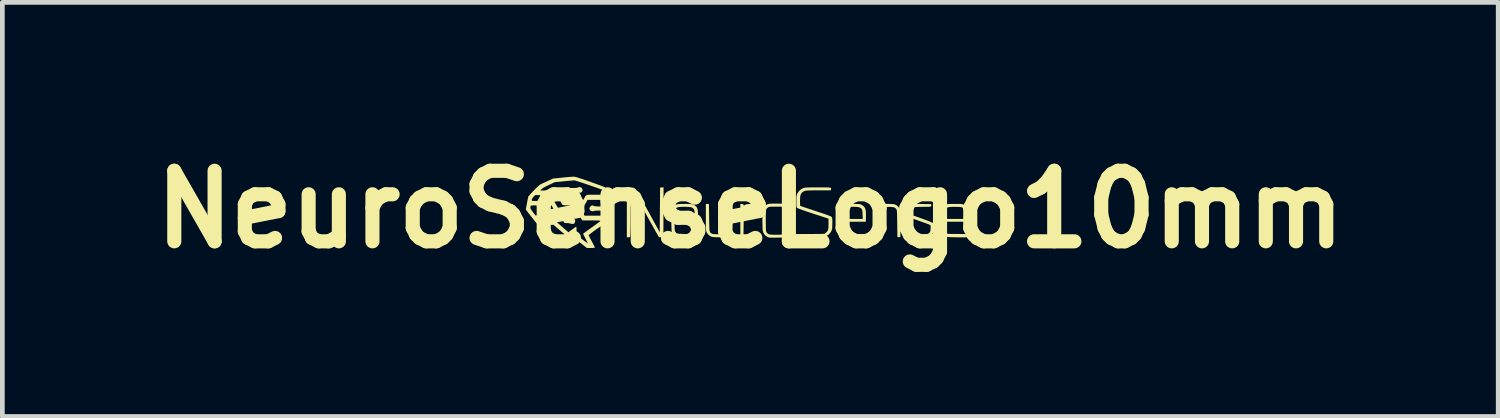
<source format=kicad_pcb>
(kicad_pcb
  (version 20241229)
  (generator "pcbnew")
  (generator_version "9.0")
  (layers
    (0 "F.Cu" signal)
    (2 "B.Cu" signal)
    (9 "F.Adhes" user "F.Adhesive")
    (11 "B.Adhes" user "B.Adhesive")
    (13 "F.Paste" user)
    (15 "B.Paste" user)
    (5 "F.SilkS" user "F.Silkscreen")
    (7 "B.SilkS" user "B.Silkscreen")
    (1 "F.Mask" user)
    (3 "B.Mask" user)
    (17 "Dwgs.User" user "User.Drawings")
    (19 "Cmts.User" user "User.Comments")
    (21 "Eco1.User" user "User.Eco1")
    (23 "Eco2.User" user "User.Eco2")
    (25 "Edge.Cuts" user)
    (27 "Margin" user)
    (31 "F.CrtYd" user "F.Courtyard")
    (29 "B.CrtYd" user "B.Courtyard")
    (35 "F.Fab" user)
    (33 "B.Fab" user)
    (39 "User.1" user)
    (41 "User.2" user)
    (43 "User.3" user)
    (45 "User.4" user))
  (footprint "NeuroSenseLogo10mm"
    (layer "F.Cu")
    (at 12.907 1.404)
    (property "Reference" "NeuroSenseLogo10mm" (at 0 0 0) (layer "F.SilkS") (effects (font (size 1.5 1.5) (thickness 0.3))))
    (attr board_only exclude_from_pos_files exclude_from_bom)
    (fp_poly (pts (xy -0.178 -0.116) (xy -0.156 -0.113) (xy -0.146 -0.106) (xy -0.142 -0.095) (xy -0.139 -0.083) (xy -0.132 -0.084) (xy -0.126 -0.088) (xy -0.108 -0.1) (xy -0.082 -0.108) (xy -0.048 -0.114) (xy -0.002 -0.117) (xy 0.041 -0.117) (xy 0.142 -0.117) (xy 0.139 -0.088) (xy 0.137 -0.059) (xy 0.027 -0.055) (xy -0.017 -0.052) (xy -0.054 -0.049) (xy -0.082 -0.046) (xy -0.098 -0.042) (xy -0.098 -0.041) (xy -0.108 -0.036) (xy -0.116 -0.03) (xy -0.122 -0.022) (xy -0.127 -0.012) (xy -0.131 0.004) (xy -0.134 0.026) (xy -0.136 0.056) (xy -0.137 0.095) (xy -0.138 0.145) (xy -0.139 0.208) (xy -0.141 0.284) (xy -0.141 0.292) (xy -0.145 0.59) (xy -0.178 0.592) (xy -0.211 0.595) (xy -0.211 0.238) (xy -0.211 -0.118)) (stroke (width 0) (type solid)) (fill yes) (layer "F.SilkS"))
    (fp_poly (pts (xy 2.918 -0.117) (xy 2.966 -0.116) (xy 3.008 -0.115) (xy 3.042 -0.113) (xy 3.065 -0.11) (xy 3.071 -0.108) (xy 3.116 -0.085) (xy 3.154 -0.049) (xy 3.17 -0.025) (xy 3.192 0.012) (xy 3.192 0.301) (xy 3.192 0.59) (xy 3.16 0.59) (xy 3.129 0.59) (xy 3.125 0.303) (xy 3.124 0.229) (xy 3.123 0.168) (xy 3.122 0.12) (xy 3.121 0.082) (xy 3.12 0.054) (xy 3.118 0.034) (xy 3.116 0.019) (xy 3.113 0.009) (xy 3.109 0.001) (xy 3.105 -0.005) (xy 3.105 -0.005) (xy 3.093 -0.021) (xy 3.08 -0.032) (xy 3.064 -0.041) (xy 3.043 -0.047) (xy 3.015 -0.051) (xy 2.978 -0.053) (xy 2.929 -0.053) (xy 2.867 -0.053) (xy 2.867 -0.053) (xy 2.699 -0.051) (xy 2.695 0.27) (xy 2.692 0.59) (xy 2.664 0.592) (xy 2.644 0.592) (xy 2.632 0.59) (xy 2.631 0.589) (xy 2.63 0.58) (xy 2.628 0.557) (xy 2.627 0.522) (xy 2.627 0.477) (xy 2.626 0.422) (xy 2.625 0.36) (xy 2.625 0.293) (xy 2.625 0.26) (xy 2.625 0.178) (xy 2.625 0.109) (xy 2.626 0.054) (xy 2.627 0.01) (xy 2.628 -0.025) (xy 2.631 -0.051) (xy 2.633 -0.07) (xy 2.637 -0.084) (xy 2.642 -0.094) (xy 2.648 -0.101) (xy 2.655 -0.107) (xy 2.656 -0.107) (xy 2.667 -0.11) (xy 2.692 -0.113) (xy 2.727 -0.115) (xy 2.77 -0.116) (xy 2.818 -0.117) (xy 2.868 -0.117)) (stroke (width 0) (type solid)) (fill yes) (layer "F.SilkS"))
    (fp_poly (pts (xy -1.846 0.06) (xy -1.848 0.59) (xy -1.891 0.592) (xy -1.916 0.592) (xy -1.936 0.59) (xy -1.943 0.588) (xy -1.948 0.58) (xy -1.96 0.56) (xy -1.978 0.528) (xy -2.002 0.486) (xy -2.031 0.435) (xy -2.064 0.376) (xy -2.101 0.31) (xy -2.141 0.239) (xy -2.183 0.163) (xy -2.204 0.125) (xy -2.247 0.046) (xy -2.289 -0.029) (xy -2.328 -0.1) (xy -2.364 -0.164) (xy -2.396 -0.222) (xy -2.423 -0.271) (xy -2.446 -0.311) (xy -2.462 -0.34) (xy -2.472 -0.358) (xy -2.474 -0.361) (xy -2.497 -0.387) (xy -2.518 -0.397) (xy -2.543 -0.403) (xy -2.545 0.085) (xy -2.546 0.196) (xy -2.546 0.291) (xy -2.547 0.372) (xy -2.548 0.44) (xy -2.55 0.493) (xy -2.551 0.534) (xy -2.553 0.562) (xy -2.554 0.579) (xy -2.556 0.583) (xy -2.569 0.59) (xy -2.59 0.594) (xy -2.595 0.594) (xy -2.625 0.594) (xy -2.625 0.063) (xy -2.625 -0.469) (xy -2.562 -0.469) (xy -2.514 -0.466) (xy -2.478 -0.459) (xy -2.451 -0.444) (xy -2.429 -0.422) (xy -2.428 -0.421) (xy -2.422 -0.412) (xy -2.413 -0.397) (xy -2.4 -0.374) (xy -2.382 -0.343) (xy -2.36 -0.304) (xy -2.333 -0.255) (xy -2.301 -0.197) (xy -2.263 -0.128) (xy -2.219 -0.048) (xy -2.169 0.043) (xy -2.112 0.146) (xy -2.049 0.262) (xy -1.985 0.378) (xy -1.926 0.486) (xy -1.922 0.011) (xy -1.918 -0.465) (xy -1.881 -0.467) (xy -1.844 -0.47)) (stroke (width 0) (type solid)) (fill yes) (layer "F.SilkS"))
    (fp_poly (pts (xy -0.375 0.154) (xy -0.375 0.235) (xy -0.376 0.302) (xy -0.377 0.356) (xy -0.379 0.4) (xy -0.382 0.434) (xy -0.386 0.461) (xy -0.392 0.483) (xy -0.4 0.5) (xy -0.409 0.515) (xy -0.421 0.529) (xy -0.429 0.537) (xy -0.45 0.556) (xy -0.472 0.571) (xy -0.498 0.581) (xy -0.53 0.588) (xy -0.571 0.592) (xy -0.624 0.593) (xy -0.66 0.593) (xy -0.724 0.592) (xy -0.773 0.589) (xy -0.808 0.585) (xy -0.821 0.582) (xy -0.861 0.562) (xy -0.897 0.531) (xy -0.924 0.493) (xy -0.933 0.472) (xy -0.936 0.46) (xy -0.939 0.445) (xy -0.941 0.426) (xy -0.943 0.4) (xy -0.944 0.366) (xy -0.945 0.323) (xy -0.945 0.268) (xy -0.945 0.2) (xy -0.945 0.158) (xy -0.945 -0.118) (xy -0.912 -0.116) (xy -0.879 -0.113) (xy -0.875 0.172) (xy -0.874 0.25) (xy -0.873 0.314) (xy -0.871 0.366) (xy -0.87 0.406) (xy -0.867 0.437) (xy -0.863 0.46) (xy -0.858 0.477) (xy -0.851 0.489) (xy -0.843 0.498) (xy -0.832 0.506) (xy -0.82 0.513) (xy -0.818 0.514) (xy -0.807 0.519) (xy -0.792 0.523) (xy -0.771 0.525) (xy -0.742 0.527) (xy -0.702 0.527) (xy -0.66 0.527) (xy -0.61 0.527) (xy -0.572 0.526) (xy -0.545 0.525) (xy -0.526 0.522) (xy -0.511 0.518) (xy -0.502 0.514) (xy -0.489 0.506) (xy -0.478 0.499) (xy -0.47 0.49) (xy -0.463 0.478) (xy -0.458 0.462) (xy -0.454 0.439) (xy -0.451 0.409) (xy -0.449 0.369) (xy -0.448 0.319) (xy -0.447 0.256) (xy -0.445 0.179) (xy -0.445 0.172) (xy -0.441 -0.113) (xy -0.408 -0.116) (xy -0.375 -0.118)) (stroke (width 0) (type solid)) (fill yes) (layer "F.SilkS"))
    (fp_poly (pts (xy 2.247 -0.117) (xy 2.29 -0.115) (xy 2.325 -0.112) (xy 2.347 -0.108) (xy 2.373 -0.095) (xy 2.401 -0.075) (xy 2.411 -0.066) (xy 2.43 -0.045) (xy 2.443 -0.021) (xy 2.452 0.007) (xy 2.458 0.043) (xy 2.46 0.089) (xy 2.46 0.147) (xy 2.46 0.156) (xy 2.457 0.262) (xy 2.209 0.262) (xy 1.961 0.262) (xy 1.961 0.355) (xy 1.961 0.397) (xy 1.963 0.427) (xy 1.966 0.448) (xy 1.971 0.463) (xy 1.976 0.474) (xy 1.985 0.487) (xy 1.993 0.497) (xy 2.004 0.505) (xy 2.02 0.511) (xy 2.041 0.515) (xy 2.07 0.518) (xy 2.109 0.52) (xy 2.159 0.522) (xy 2.223 0.523) (xy 2.235 0.523) (xy 2.442 0.527) (xy 2.444 0.561) (xy 2.446 0.594) (xy 2.245 0.593) (xy 2.172 0.593) (xy 2.114 0.592) (xy 2.069 0.59) (xy 2.036 0.587) (xy 2.015 0.584) (xy 2.011 0.583) (xy 1.967 0.563) (xy 1.934 0.535) (xy 1.911 0.498) (xy 1.891 0.458) (xy 1.891 0.243) (xy 1.891 0.177) (xy 1.892 0.119) (xy 1.892 0.11) (xy 1.961 0.11) (xy 1.962 0.144) (xy 1.963 0.173) (xy 1.965 0.192) (xy 1.966 0.198) (xy 1.975 0.199) (xy 1.998 0.201) (xy 2.031 0.202) (xy 2.075 0.202) (xy 2.125 0.203) (xy 2.181 0.203) (xy 2.182 0.203) (xy 2.392 0.203) (xy 2.389 0.11) (xy 2.387 0.062) (xy 2.383 0.027) (xy 2.375 0.001) (xy 2.362 -0.017) (xy 2.344 -0.032) (xy 2.328 -0.041) (xy 2.307 -0.047) (xy 2.274 -0.052) (xy 2.233 -0.055) (xy 2.187 -0.056) (xy 2.14 -0.056) (xy 2.095 -0.054) (xy 2.057 -0.05) (xy 2.028 -0.045) (xy 2.016 -0.04) (xy 1.994 -0.025) (xy 1.978 -0.005) (xy 1.968 0.022) (xy 1.963 0.06) (xy 1.961 0.109) (xy 1.961 0.11) (xy 1.892 0.11) (xy 1.893 0.07) (xy 1.895 0.032) (xy 1.898 0.006) (xy 1.899 -0.003) (xy 1.916 -0.039) (xy 1.944 -0.072) (xy 1.979 -0.097) (xy 1.998 -0.105) (xy 2.021 -0.11) (xy 2.055 -0.113) (xy 2.099 -0.116) (xy 2.148 -0.117) (xy 2.198 -0.118)) (stroke (width 0) (type solid)) (fill yes) (layer "F.SilkS"))
    (fp_poly (pts (xy 3.643 -0.116) (xy 3.669 -0.115) (xy 3.848 -0.113) (xy 3.848 -0.094) (xy 3.849 -0.081) (xy 3.847 -0.072) (xy 3.842 -0.065) (xy 3.832 -0.06) (xy 3.814 -0.057) (xy 3.787 -0.055) (xy 3.75 -0.055) (xy 3.699 -0.055) (xy 3.671 -0.055) (xy 3.608 -0.054) (xy 3.559 -0.053) (xy 3.521 -0.051) (xy 3.492 -0.048) (xy 3.471 -0.042) (xy 3.455 -0.034) (xy 3.442 -0.024) (xy 3.431 -0.011) (xy 3.421 0.004) (xy 3.416 0.021) (xy 3.415 0.046) (xy 3.416 0.062) (xy 3.418 0.112) (xy 3.645 0.193) (xy 3.72 0.22) (xy 3.781 0.243) (xy 3.829 0.262) (xy 3.862 0.277) (xy 3.881 0.287) (xy 3.885 0.29) (xy 3.891 0.3) (xy 3.895 0.315) (xy 3.898 0.338) (xy 3.899 0.372) (xy 3.899 0.392) (xy 3.897 0.444) (xy 3.891 0.483) (xy 3.88 0.512) (xy 3.863 0.536) (xy 3.839 0.557) (xy 3.837 0.558) (xy 3.82 0.568) (xy 3.802 0.576) (xy 3.78 0.582) (xy 3.752 0.587) (xy 3.717 0.59) (xy 3.673 0.592) (xy 3.616 0.593) (xy 3.546 0.594) (xy 3.541 0.594) (xy 3.344 0.594) (xy 3.344 0.563) (xy 3.345 0.542) (xy 3.351 0.533) (xy 3.358 0.531) (xy 3.369 0.531) (xy 3.394 0.531) (xy 3.429 0.531) (xy 3.474 0.53) (xy 3.525 0.53) (xy 3.567 0.529) (xy 3.628 0.529) (xy 3.677 0.528) (xy 3.713 0.526) (xy 3.74 0.525) (xy 3.76 0.522) (xy 3.774 0.519) (xy 3.784 0.515) (xy 3.787 0.514) (xy 3.811 0.496) (xy 3.826 0.472) (xy 3.834 0.439) (xy 3.836 0.395) (xy 3.836 0.365) (xy 3.834 0.347) (xy 3.83 0.336) (xy 3.821 0.329) (xy 3.815 0.326) (xy 3.802 0.32) (xy 3.776 0.311) (xy 3.74 0.297) (xy 3.696 0.281) (xy 3.645 0.263) (xy 3.591 0.244) (xy 3.586 0.242) (xy 3.517 0.218) (xy 3.461 0.197) (xy 3.419 0.181) (xy 3.389 0.167) (xy 3.37 0.157) (xy 3.362 0.151) (xy 3.352 0.139) (xy 3.347 0.124) (xy 3.345 0.103) (xy 3.344 0.071) (xy 3.344 0.07) (xy 3.345 0.03) (xy 3.349 0.000276) (xy 3.358 -0.023) (xy 3.374 -0.046) (xy 3.387 -0.062) (xy 3.403 -0.078) (xy 3.42 -0.091) (xy 3.439 -0.101) (xy 3.462 -0.108) (xy 3.492 -0.112) (xy 3.531 -0.115) (xy 3.581 -0.116)) (stroke (width 0) (type solid)) (fill yes) (layer "F.SilkS"))
    (fp_poly (pts (xy -1.337 -0.117) (xy -1.291 -0.115) (xy -1.257 -0.113) (xy -1.23 -0.108) (xy -1.208 -0.101) (xy -1.19 -0.091) (xy -1.174 -0.081) (xy -1.152 -0.062) (xy -1.136 -0.041) (xy -1.125 -0.015) (xy -1.118 0.02) (xy -1.113 0.064) (xy -1.111 0.115) (xy -1.11 0.157) (xy -1.11 0.195) (xy -1.111 0.225) (xy -1.112 0.243) (xy -1.113 0.246) (xy -1.118 0.266) (xy -1.364 0.264) (xy -1.609 0.262) (xy -1.609 0.355) (xy -1.609 0.397) (xy -1.608 0.427) (xy -1.605 0.448) (xy -1.6 0.463) (xy -1.594 0.474) (xy -1.586 0.487) (xy -1.577 0.497) (xy -1.566 0.505) (xy -1.551 0.511) (xy -1.53 0.515) (xy -1.501 0.518) (xy -1.462 0.52) (xy -1.411 0.522) (xy -1.347 0.523) (xy -1.336 0.523) (xy -1.129 0.527) (xy -1.127 0.561) (xy -1.124 0.594) (xy -1.326 0.593) (xy -1.382 0.593) (xy -1.434 0.592) (xy -1.48 0.59) (xy -1.517 0.589) (xy -1.543 0.587) (xy -1.554 0.586) (xy -1.59 0.571) (xy -1.625 0.546) (xy -1.652 0.516) (xy -1.66 0.504) (xy -1.664 0.494) (xy -1.668 0.483) (xy -1.671 0.47) (xy -1.673 0.451) (xy -1.675 0.426) (xy -1.676 0.392) (xy -1.677 0.348) (xy -1.678 0.292) (xy -1.678 0.246) (xy -1.679 0.174) (xy -1.679 0.116) (xy -1.679 0.107) (xy -1.609 0.107) (xy -1.609 0.142) (xy -1.608 0.171) (xy -1.606 0.191) (xy -1.604 0.198) (xy -1.595 0.199) (xy -1.573 0.201) (xy -1.539 0.202) (xy -1.496 0.202) (xy -1.445 0.203) (xy -1.389 0.203) (xy -1.389 0.203) (xy -1.178 0.203) (xy -1.181 0.11) (xy -1.183 0.062) (xy -1.188 0.027) (xy -1.196 0.001) (xy -1.208 -0.017) (xy -1.227 -0.032) (xy -1.243 -0.041) (xy -1.263 -0.047) (xy -1.295 -0.051) (xy -1.336 -0.054) (xy -1.382 -0.056) (xy -1.428 -0.056) (xy -1.473 -0.054) (xy -1.511 -0.051) (xy -1.54 -0.046) (xy -1.552 -0.042) (xy -1.575 -0.028) (xy -1.591 -0.01) (xy -1.602 0.015) (xy -1.607 0.05) (xy -1.609 0.097) (xy -1.609 0.107) (xy -1.679 0.107) (xy -1.678 0.07) (xy -1.676 0.033) (xy -1.672 0.005) (xy -1.667 -0.016) (xy -1.66 -0.033) (xy -1.65 -0.048) (xy -1.638 -0.061) (xy -1.631 -0.069) (xy -1.612 -0.084) (xy -1.593 -0.097) (xy -1.57 -0.105) (xy -1.541 -0.111) (xy -1.503 -0.115) (xy -1.454 -0.117) (xy -1.395 -0.117)) (stroke (width 0) (type solid)) (fill yes) (layer "F.SilkS"))
    (fp_poly (pts (xy 4.407 -0.117) (xy 4.446 -0.117) (xy 4.475 -0.116) (xy 4.496 -0.114) (xy 4.512 -0.111) (xy 4.526 -0.106) (xy 4.54 -0.1) (xy 4.546 -0.097) (xy 4.586 -0.07) (xy 4.608 -0.045) (xy 4.616 -0.033) (xy 4.621 -0.022) (xy 4.625 -0.009) (xy 4.627 0.009) (xy 4.629 0.033) (xy 4.629 0.068) (xy 4.629 0.115) (xy 4.629 0.124) (xy 4.629 0.262) (xy 4.381 0.262) (xy 4.133 0.262) (xy 4.133 0.34) (xy 4.134 0.39) (xy 4.138 0.428) (xy 4.146 0.457) (xy 4.157 0.479) (xy 4.173 0.497) (xy 4.197 0.52) (xy 4.393 0.522) (xy 4.448 0.522) (xy 4.498 0.523) (xy 4.542 0.524) (xy 4.576 0.525) (xy 4.599 0.527) (xy 4.608 0.528) (xy 4.619 0.533) (xy 4.624 0.545) (xy 4.625 0.563) (xy 4.625 0.594) (xy 4.424 0.593) (xy 4.368 0.593) (xy 4.317 0.592) (xy 4.271 0.591) (xy 4.235 0.589) (xy 4.21 0.588) (xy 4.199 0.586) (xy 4.151 0.568) (xy 4.112 0.537) (xy 4.085 0.496) (xy 4.083 0.49) (xy 4.079 0.479) (xy 4.076 0.464) (xy 4.074 0.443) (xy 4.072 0.414) (xy 4.071 0.376) (xy 4.071 0.326) (xy 4.071 0.264) (xy 4.071 0.233) (xy 4.071 0.167) (xy 4.071 0.118) (xy 4.133 0.118) (xy 4.134 0.15) (xy 4.135 0.177) (xy 4.137 0.194) (xy 4.138 0.198) (xy 4.147 0.199) (xy 4.17 0.201) (xy 4.204 0.202) (xy 4.247 0.202) (xy 4.298 0.203) (xy 4.354 0.203) (xy 4.358 0.203) (xy 4.572 0.203) (xy 4.569 0.115) (xy 4.568 0.073) (xy 4.565 0.043) (xy 4.56 0.021) (xy 4.553 0.004) (xy 4.551 0) (xy 4.538 -0.018) (xy 4.524 -0.032) (xy 4.505 -0.042) (xy 4.48 -0.049) (xy 4.446 -0.053) (xy 4.4 -0.054) (xy 4.352 -0.055) (xy 4.295 -0.054) (xy 4.251 -0.052) (xy 4.219 -0.048) (xy 4.195 -0.041) (xy 4.177 -0.03) (xy 4.164 -0.015) (xy 4.152 0.005) (xy 4.151 0.008) (xy 4.142 0.028) (xy 4.137 0.049) (xy 4.134 0.076) (xy 4.133 0.113) (xy 4.133 0.118) (xy 4.071 0.118) (xy 4.071 0.114) (xy 4.071 0.074) (xy 4.072 0.043) (xy 4.074 0.02) (xy 4.076 0.003) (xy 4.079 -0.01) (xy 4.083 -0.021) (xy 4.086 -0.028) (xy 4.11 -0.061) (xy 4.144 -0.089) (xy 4.182 -0.109) (xy 4.198 -0.112) (xy 4.226 -0.114) (xy 4.265 -0.116) (xy 4.312 -0.117) (xy 4.355 -0.117)) (stroke (width 0) (type solid)) (fill yes) (layer "F.SilkS"))
    (fp_poly (pts (xy 1.517 -0.469) (xy 1.577 -0.469) (xy 1.624 -0.468) (xy 1.66 -0.467) (xy 1.686 -0.465) (xy 1.703 -0.462) (xy 1.714 -0.457) (xy 1.719 -0.452) (xy 1.72 -0.444) (xy 1.718 -0.434) (xy 1.716 -0.426) (xy 1.711 -0.406) (xy 1.461 -0.406) (xy 1.386 -0.406) (xy 1.32 -0.405) (xy 1.263 -0.404) (xy 1.219 -0.402) (xy 1.187 -0.4) (xy 1.172 -0.398) (xy 1.128 -0.381) (xy 1.094 -0.352) (xy 1.071 -0.314) (xy 1.064 -0.288) (xy 1.061 -0.268) (xy 1.06 -0.239) (xy 1.059 -0.204) (xy 1.058 -0.168) (xy 1.058 -0.133) (xy 1.06 -0.103) (xy 1.061 -0.083) (xy 1.063 -0.075) (xy 1.071 -0.072) (xy 1.092 -0.065) (xy 1.125 -0.053) (xy 1.169 -0.039) (xy 1.221 -0.021) (xy 1.28 -0.002) (xy 1.345 0.02) (xy 1.394 0.036) (xy 1.474 0.063) (xy 1.541 0.085) (xy 1.595 0.103) (xy 1.638 0.119) (xy 1.671 0.131) (xy 1.696 0.141) (xy 1.714 0.149) (xy 1.725 0.156) (xy 1.732 0.161) (xy 1.733 0.163) (xy 1.739 0.175) (xy 1.743 0.193) (xy 1.745 0.22) (xy 1.746 0.257) (xy 1.746 0.281) (xy 1.745 0.322) (xy 1.744 0.361) (xy 1.742 0.394) (xy 1.74 0.415) (xy 1.725 0.46) (xy 1.698 0.503) (xy 1.661 0.54) (xy 1.617 0.568) (xy 1.57 0.585) (xy 1.551 0.588) (xy 1.517 0.59) (xy 1.47 0.591) (xy 1.411 0.593) (xy 1.342 0.593) (xy 1.264 0.594) (xy 1.249 0.594) (xy 0.968 0.594) (xy 0.97 0.561) (xy 0.973 0.527) (xy 1.275 0.523) (xy 1.577 0.52) (xy 1.607 0.496) (xy 1.628 0.477) (xy 1.643 0.459) (xy 1.653 0.438) (xy 1.66 0.411) (xy 1.663 0.375) (xy 1.664 0.327) (xy 1.664 0.307) (xy 1.664 0.196) (xy 1.338 0.09) (xy 1.262 0.065) (xy 1.193 0.041) (xy 1.133 0.02) (xy 1.082 0.002) (xy 1.041 -0.013) (xy 1.013 -0.024) (xy 0.998 -0.031) (xy 0.996 -0.032) (xy 0.99 -0.039) (xy 0.986 -0.048) (xy 0.983 -0.062) (xy 0.982 -0.083) (xy 0.981 -0.114) (xy 0.981 -0.158) (xy 0.981 -0.17) (xy 0.981 -0.218) (xy 0.982 -0.253) (xy 0.983 -0.279) (xy 0.987 -0.298) (xy 0.991 -0.315) (xy 0.998 -0.332) (xy 0.999 -0.334) (xy 1.026 -0.377) (xy 1.063 -0.415) (xy 1.106 -0.444) (xy 1.133 -0.456) (xy 1.146 -0.459) (xy 1.162 -0.462) (xy 1.181 -0.464) (xy 1.207 -0.466) (xy 1.241 -0.467) (xy 1.284 -0.468) (xy 1.339 -0.469) (xy 1.406 -0.469) (xy 1.443 -0.469)) (stroke (width 0) (type solid)) (fill yes) (layer "F.SilkS"))
    (fp_poly (pts (xy 0.532 -0.124) (xy 0.564 -0.124) (xy 0.71 -0.121) (xy 0.743 -0.097) (xy 0.784 -0.06) (xy 0.812 -0.016) (xy 0.82 0.007) (xy 0.823 0.024) (xy 0.825 0.054) (xy 0.826 0.094) (xy 0.827 0.141) (xy 0.828 0.194) (xy 0.828 0.248) (xy 0.828 0.303) (xy 0.827 0.354) (xy 0.826 0.399) (xy 0.824 0.435) (xy 0.822 0.461) (xy 0.82 0.47) (xy 0.799 0.516) (xy 0.765 0.557) (xy 0.743 0.574) (xy 0.71 0.598) (xy 0.556 0.6) (xy 0.503 0.601) (xy 0.464 0.601) (xy 0.435 0.601) (xy 0.413 0.599) (xy 0.397 0.596) (xy 0.384 0.592) (xy 0.371 0.586) (xy 0.361 0.581) (xy 0.317 0.551) (xy 0.286 0.512) (xy 0.267 0.463) (xy 0.266 0.46) (xy 0.264 0.441) (xy 0.262 0.409) (xy 0.26 0.367) (xy 0.259 0.317) (xy 0.258 0.262) (xy 0.258 0.232) (xy 0.258 0.161) (xy 0.258 0.153) (xy 0.329 0.153) (xy 0.33 0.216) (xy 0.33 0.248) (xy 0.331 0.312) (xy 0.331 0.363) (xy 0.332 0.402) (xy 0.334 0.431) (xy 0.335 0.452) (xy 0.338 0.467) (xy 0.341 0.477) (xy 0.345 0.485) (xy 0.348 0.49) (xy 0.363 0.507) (xy 0.379 0.52) (xy 0.399 0.529) (xy 0.426 0.534) (xy 0.462 0.538) (xy 0.509 0.539) (xy 0.543 0.539) (xy 0.593 0.539) (xy 0.629 0.538) (xy 0.656 0.536) (xy 0.675 0.533) (xy 0.69 0.528) (xy 0.695 0.525) (xy 0.718 0.509) (xy 0.738 0.488) (xy 0.74 0.485) (xy 0.745 0.477) (xy 0.749 0.468) (xy 0.753 0.457) (xy 0.755 0.442) (xy 0.756 0.421) (xy 0.757 0.391) (xy 0.758 0.352) (xy 0.758 0.3) (xy 0.758 0.245) (xy 0.758 0.176) (xy 0.757 0.121) (xy 0.756 0.078) (xy 0.754 0.045) (xy 0.75 0.02) (xy 0.745 0.001) (xy 0.738 -0.014) (xy 0.728 -0.026) (xy 0.717 -0.038) (xy 0.715 -0.039) (xy 0.707 -0.046) (xy 0.699 -0.051) (xy 0.689 -0.054) (xy 0.673 -0.057) (xy 0.65 -0.058) (xy 0.617 -0.058) (xy 0.572 -0.059) (xy 0.547 -0.059) (xy 0.495 -0.058) (xy 0.456 -0.058) (xy 0.428 -0.057) (xy 0.409 -0.055) (xy 0.395 -0.052) (xy 0.386 -0.048) (xy 0.378 -0.042) (xy 0.364 -0.032) (xy 0.353 -0.021) (xy 0.344 -0.008) (xy 0.338 0.009) (xy 0.334 0.032) (xy 0.331 0.062) (xy 0.33 0.102) (xy 0.329 0.153) (xy 0.258 0.153) (xy 0.259 0.105) (xy 0.262 0.06) (xy 0.265 0.024) (xy 0.271 -0.004) (xy 0.28 -0.026) (xy 0.29 -0.045) (xy 0.304 -0.062) (xy 0.315 -0.073) (xy 0.334 -0.09) (xy 0.352 -0.103) (xy 0.373 -0.112) (xy 0.4 -0.119) (xy 0.433 -0.122) (xy 0.476 -0.124)) (stroke (width 0) (type solid)) (fill yes) (layer "F.SilkS"))
    (fp_poly (pts (xy -3.745 -0.696) (xy -3.729 -0.693) (xy -3.708 -0.689) (xy -3.681 -0.681) (xy -3.646 -0.67) (xy -3.602 -0.656) (xy -3.548 -0.638) (xy -3.483 -0.615) (xy -3.41 -0.59) (xy -3.344 -0.566) (xy -3.283 -0.544) (xy -3.227 -0.524) (xy -3.18 -0.507) (xy -3.141 -0.492) (xy -3.113 -0.481) (xy -3.098 -0.474) (xy -3.096 -0.473) (xy -3.093 -0.469) (xy -3.089 -0.463) (xy -3.085 -0.453) (xy -3.08 -0.437) (xy -3.074 -0.415) (xy -3.065 -0.384) (xy -3.055 -0.345) (xy -3.041 -0.294) (xy -3.025 -0.232) (xy -3.006 -0.156) (xy -2.997 -0.121) (xy -2.985 -0.076) (xy -2.974 -0.035) (xy -2.966 -0.002) (xy -2.96 0.021) (xy -2.957 0.031) (xy -2.96 0.041) (xy -2.97 0.063) (xy -2.986 0.092) (xy -3.007 0.129) (xy -3.031 0.171) (xy -3.038 0.183) (xy -3.067 0.229) (xy -3.089 0.265) (xy -3.107 0.291) (xy -3.122 0.311) (xy -3.136 0.326) (xy -3.15 0.338) (xy -3.166 0.35) (xy -3.177 0.357) (xy -3.215 0.383) (xy -3.255 0.41) (xy -3.296 0.439) (xy -3.335 0.467) (xy -3.37 0.493) (xy -3.4 0.516) (xy -3.423 0.534) (xy -3.436 0.545) (xy -3.438 0.548) (xy -3.434 0.556) (xy -3.424 0.577) (xy -3.41 0.606) (xy -3.391 0.642) (xy -3.371 0.678) (xy -3.35 0.719) (xy -3.331 0.755) (xy -3.317 0.784) (xy -3.308 0.803) (xy -3.305 0.811) (xy -3.311 0.816) (xy -3.331 0.819) (xy -3.365 0.82) (xy -3.39 0.82) (xy -3.475 0.82) (xy -3.626 0.702) (xy -3.675 0.664) (xy -3.712 0.635) (xy -3.739 0.612) (xy -3.758 0.594) (xy -3.771 0.581) (xy -3.777 0.571) (xy -3.78 0.562) (xy -3.78 0.562) (xy -3.783 0.546) (xy -3.788 0.539) (xy -3.796 0.544) (xy -3.813 0.555) (xy -3.828 0.567) (xy -3.848 0.582) (xy -3.863 0.591) (xy -3.869 0.594) (xy -3.877 0.589) (xy -3.894 0.575) (xy -3.921 0.554) (xy -3.954 0.526) (xy -3.992 0.494) (xy -4.03 0.461) (xy -4.184 0.328) (xy -4.348 0.328) (xy -4.397 0.328) (xy -4.442 0.327) (xy -4.478 0.326) (xy -4.505 0.324) (xy -4.519 0.323) (xy -4.521 0.322) (xy -4.528 0.315) (xy -4.543 0.297) (xy -4.564 0.271) (xy -4.59 0.239) (xy -4.618 0.203) (xy -4.649 0.165) (xy -4.679 0.126) (xy -4.708 0.09) (xy -4.733 0.057) (xy -4.753 0.03) (xy -4.767 0.011) (xy -4.774 0.002) (xy -4.774 0.002) (xy -4.772 -0.009) (xy -4.769 -0.031) (xy -4.677 -0.031) (xy -4.674 -0.018) (xy -4.665 -0.001) (xy -4.648 0.023) (xy -4.624 0.056) (xy -4.622 0.059) (xy -4.599 0.088) (xy -4.579 0.113) (xy -4.564 0.13) (xy -4.556 0.137) (xy -4.555 0.137) (xy -4.548 0.131) (xy -4.534 0.115) (xy -4.517 0.093) (xy -4.513 0.089) (xy -4.495 0.064) (xy -4.481 0.05) (xy -4.468 0.042) (xy -4.451 0.038) (xy -4.432 0.036) (xy -4.401 0.033) (xy -4.371 0.029) (xy -4.357 0.027) (xy -4.335 0.025) (xy -4.318 0.031) (xy -4.308 0.04) (xy -4.292 0.063) (xy -4.289 0.088) (xy -4.296 0.112) (xy -4.311 0.131) (xy -4.333 0.144) (xy -4.358 0.148) (xy -4.384 0.139) (xy -4.389 0.136) (xy -4.408 0.128) (xy -4.427 0.132) (xy -4.447 0.15) (xy -4.466 0.176) (xy -4.479 0.196) (xy -4.487 0.212) (xy -4.489 0.224) (xy -4.483 0.232) (xy -4.467 0.237) (xy -4.442 0.24) (xy -4.404 0.242) (xy -4.352 0.242) (xy -4.312 0.242) (xy -4.149 0.242) (xy -4.088 0.295) (xy -4.057 0.322) (xy -4.019 0.354) (xy -3.98 0.389) (xy -3.947 0.417) (xy -3.867 0.486) (xy -3.793 0.43) (xy -3.763 0.408) (xy -3.736 0.389) (xy -3.717 0.376) (xy -3.707 0.37) (xy -3.702 0.37) (xy -3.699 0.377) (xy -3.697 0.393) (xy -3.695 0.42) (xy -3.695 0.454) (xy -3.695 0.543) (xy -3.576 0.634) (xy -3.539 0.662) (xy -3.506 0.686) (xy -3.48 0.705) (xy -3.462 0.718) (xy -3.455 0.722) (xy -3.455 0.722) (xy -3.457 0.715) (xy -3.466 0.696) (xy -3.479 0.669) (xy -3.497 0.636) (xy -3.503 0.623) (xy -3.522 0.587) (xy -3.538 0.557) (xy -3.549 0.533) (xy -3.555 0.52) (xy -3.555 0.519) (xy -3.549 0.512) (xy -3.531 0.499) (xy -3.504 0.478) (xy -3.469 0.452) (xy -3.428 0.423) (xy -3.382 0.39) (xy -3.372 0.383) (xy -3.324 0.349) (xy -3.281 0.318) (xy -3.244 0.291) (xy -3.215 0.269) (xy -3.194 0.253) (xy -3.185 0.245) (xy -3.184 0.244) (xy -3.186 0.241) (xy -3.196 0.239) (xy -3.214 0.237) (xy -3.244 0.236) (xy -3.285 0.235) (xy -3.339 0.234) (xy -3.375 0.234) (xy -3.57 0.234) (xy -3.589 0.209) (xy -3.605 0.185) (xy -3.62 0.16) (xy -3.621 0.158) (xy -3.633 0.133) (xy -3.786 0.133) (xy -3.832 0.133) (xy -3.873 0.134) (xy -3.906 0.135) (xy -3.928 0.136) (xy -3.938 0.137) (xy -3.938 0.137) (xy -3.934 0.149) (xy -3.925 0.167) (xy -3.913 0.185) (xy -3.904 0.196) (xy -3.903 0.197) (xy -3.885 0.202) (xy -3.859 0.202) (xy -3.831 0.197) (xy -3.813 0.19) (xy -3.795 0.183) (xy -3.78 0.182) (xy -3.761 0.19) (xy -3.761 0.19) (xy -3.735 0.209) (xy -3.723 0.235) (xy -3.726 0.266) (xy -3.729 0.273) (xy -3.742 0.297) (xy -3.762 0.309) (xy -3.79 0.309) (xy -3.823 0.301) (xy -3.856 0.294) (xy -3.889 0.29) (xy -3.905 0.29) (xy -3.929 0.29) (xy -3.947 0.288) (xy -3.952 0.286) (xy -3.959 0.277) (xy -3.972 0.258) (xy -3.987 0.231) (xy -3.996 0.215) (xy -4.015 0.181) (xy -4.03 0.158) (xy -4.042 0.144) (xy -4.054 0.136) (xy -4.068 0.133) (xy -4.078 0.132) (xy -4.089 0.13) (xy -4.098 0.126) (xy -4.107 0.118) (xy -4.118 0.103) (xy -4.133 0.08) (xy -4.153 0.046) (xy -4.167 0.021) (xy -4.229 -0.086) (xy -4.451 -0.086) (xy -4.517 -0.086) (xy -4.569 -0.085) (xy -4.608 -0.085) (xy -4.637 -0.084) (xy -4.656 -0.082) (xy -4.667 -0.08) (xy -4.672 -0.077) (xy -4.672 -0.075) (xy -4.674 -0.06) (xy -4.677 -0.042) (xy -4.677 -0.031) (xy -4.769 -0.031) (xy -4.768 -0.032) (xy -4.762 -0.064) (xy -4.755 -0.101) (xy -4.748 -0.142) (xy -4.74 -0.182) (xy -4.737 -0.196) (xy -4.649 -0.196) (xy -4.648 -0.191) (xy -4.646 -0.188) (xy -4.64 -0.185) (xy -4.629 -0.183) (xy -4.611 -0.181) (xy -4.585 -0.18) (xy -4.549 -0.18) (xy -4.501 -0.18) (xy -4.439 -0.18) (xy -4.416 -0.18) (xy -4.349 -0.18) (xy -4.296 -0.179) (xy -4.255 -0.179) (xy -4.224 -0.178) (xy -4.203 -0.176) (xy -4.188 -0.174) (xy -4.178 -0.172) (xy -4.173 -0.168) (xy -4.17 -0.166) (xy -4.162 -0.154) (xy -4.148 -0.132) (xy -4.13 -0.102) (xy -4.11 -0.068) (xy -4.106 -0.061) (xy -4.054 0.031) (xy -3.826 0.031) (xy -3.767 0.032) (xy -3.714 0.032) (xy -3.668 0.033) (xy -3.63 0.034) (xy -3.604 0.035) (xy -3.59 0.037) (xy -3.589 0.037) (xy -3.581 0.046) (xy -3.568 0.065) (xy -3.552 0.088) (xy -3.524 0.133) (xy -3.321 0.133) (xy -3.119 0.133) (xy -3.087 0.082) (xy -3.072 0.058) (xy -3.06 0.038) (xy -3.055 0.028) (xy -3.055 0.028) (xy -3.062 0.025) (xy -3.082 0.024) (xy -3.111 0.023) (xy -3.147 0.023) (xy -3.185 0.023) (xy -3.224 0.024) (xy -3.259 0.026) (xy -3.289 0.027) (xy -3.309 0.029) (xy -3.317 0.031) (xy -3.327 0.036) (xy -3.346 0.039) (xy -3.353 0.039) (xy -3.382 0.033) (xy -3.406 0.017) (xy -3.42 -0.006) (xy -3.422 -0.02) (xy -3.416 -0.039) (xy -3.402 -0.06) (xy -3.383 -0.077) (xy -3.365 -0.086) (xy -3.362 -0.086) (xy -3.345 -0.082) (xy -3.325 -0.074) (xy -3.311 -0.069) (xy -3.289 -0.066) (xy -3.258 -0.064) (xy -3.214 -0.063) (xy -3.191 -0.063) (xy -3.151 -0.063) (xy -3.117 -0.064) (xy -3.092 -0.066) (xy -3.079 -0.067) (xy -3.078 -0.068) (xy -3.08 -0.078) (xy -3.085 -0.099) (xy -3.092 -0.127) (xy -3.095 -0.139) (xy -3.112 -0.203) (xy -3.286 -0.203) (xy -3.461 -0.203) (xy -3.484 -0.162) (xy -3.496 -0.14) (xy -3.505 -0.123) (xy -3.514 -0.11) (xy -3.524 -0.1) (xy -3.538 -0.094) (xy -3.557 -0.089) (xy -3.583 -0.087) (xy -3.618 -0.086) (xy -3.664 -0.086) (xy -3.723 -0.086) (xy -3.757 -0.086) (xy -3.823 -0.086) (xy -3.876 -0.086) (xy -3.916 -0.087) (xy -3.945 -0.088) (xy -3.966 -0.09) (xy -3.98 -0.092) (xy -3.988 -0.095) (xy -3.993 -0.098) (xy -3.993 -0.099) (xy -4.001 -0.11) (xy -4.015 -0.132) (xy -4.033 -0.162) (xy -4.053 -0.196) (xy -4.059 -0.206) (xy -4.114 -0.301) (xy -4.344 -0.303) (xy -4.574 -0.305) (xy -4.6 -0.279) (xy -4.628 -0.247) (xy -4.645 -0.217) (xy -4.649 -0.196) (xy -4.737 -0.196) (xy -4.733 -0.218) (xy -4.727 -0.247) (xy -4.722 -0.266) (xy -4.721 -0.271) (xy -4.714 -0.282) (xy -4.698 -0.301) (xy -4.674 -0.328) (xy -4.644 -0.36) (xy -4.61 -0.396) (xy -4.604 -0.402) (xy -4.464 -0.402) (xy -4.253 -0.4) (xy -4.191 -0.4) (xy -4.141 -0.399) (xy -4.104 -0.398) (xy -4.077 -0.397) (xy -4.058 -0.395) (xy -4.046 -0.393) (xy -4.038 -0.39) (xy -4.033 -0.385) (xy -4.03 -0.382) (xy -4.022 -0.374) (xy -4.016 -0.373) (xy -4.008 -0.381) (xy -3.995 -0.399) (xy -3.988 -0.409) (xy -3.96 -0.452) (xy -3.816 -0.454) (xy -3.759 -0.456) (xy -3.715 -0.458) (xy -3.686 -0.461) (xy -3.668 -0.464) (xy -3.663 -0.467) (xy -3.644 -0.476) (xy -3.62 -0.475) (xy -3.597 -0.467) (xy -3.588 -0.459) (xy -3.57 -0.432) (xy -3.567 -0.405) (xy -3.574 -0.383) (xy -3.593 -0.362) (xy -3.62 -0.353) (xy -3.647 -0.356) (xy -3.662 -0.358) (xy -3.689 -0.36) (xy -3.726 -0.363) (xy -3.768 -0.364) (xy -3.79 -0.365) (xy -3.912 -0.368) (xy -3.941 -0.329) (xy -3.956 -0.308) (xy -3.966 -0.29) (xy -3.969 -0.282) (xy -3.965 -0.269) (xy -3.955 -0.249) (xy -3.942 -0.227) (xy -3.93 -0.207) (xy -3.92 -0.194) (xy -3.919 -0.193) (xy -3.909 -0.192) (xy -3.886 -0.191) (xy -3.851 -0.19) (xy -3.809 -0.189) (xy -3.76 -0.189) (xy -3.735 -0.19) (xy -3.559 -0.191) (xy -3.531 -0.24) (xy -3.518 -0.262) (xy -3.508 -0.28) (xy -3.498 -0.293) (xy -3.486 -0.302) (xy -3.47 -0.308) (xy -3.448 -0.311) (xy -3.417 -0.312) (xy -3.376 -0.313) (xy -3.323 -0.313) (xy -3.3 -0.313) (xy -3.248 -0.313) (xy -3.203 -0.313) (xy -3.164 -0.314) (xy -3.136 -0.316) (xy -3.12 -0.317) (xy -3.117 -0.318) (xy -3.12 -0.328) (xy -3.125 -0.349) (xy -3.132 -0.371) (xy -3.146 -0.418) (xy -3.43 -0.518) (xy -3.513 -0.546) (xy -3.584 -0.57) (xy -3.644 -0.59) (xy -3.691 -0.604) (xy -3.724 -0.613) (xy -3.744 -0.617) (xy -3.746 -0.617) (xy -3.763 -0.616) (xy -3.792 -0.614) (xy -3.832 -0.611) (xy -3.88 -0.607) (xy -3.932 -0.602) (xy -3.969 -0.598) (xy -4.16 -0.579) (xy -4.29 -0.517) (xy -4.343 -0.491) (xy -4.384 -0.47) (xy -4.413 -0.452) (xy -4.433 -0.437) (xy -4.441 -0.429) (xy -4.464 -0.402) (xy -4.604 -0.402) (xy -4.6 -0.406) (xy -4.559 -0.448) (xy -4.526 -0.48) (xy -4.5 -0.504) (xy -4.479 -0.521) (xy -4.46 -0.534) (xy -4.442 -0.543) (xy -4.44 -0.544) (xy -4.416 -0.555) (xy -4.381 -0.571) (xy -4.341 -0.589) (xy -4.3 -0.608) (xy -4.295 -0.61) (xy -4.196 -0.656) (xy -3.999 -0.676) (xy -3.942 -0.682) (xy -3.888 -0.687) (xy -3.84 -0.691) (xy -3.8 -0.694) (xy -3.771 -0.696) (xy -3.758 -0.697)) (stroke (width 0) (type solid)) (fill yes) (layer "F.SilkS")))
  (gr_rect
    (start -3 -3)
    (end 28.814 5.808)
    (stroke (width 0.1) (type default))
    (fill no)
    (layer "Edge.Cuts")))
</source>
